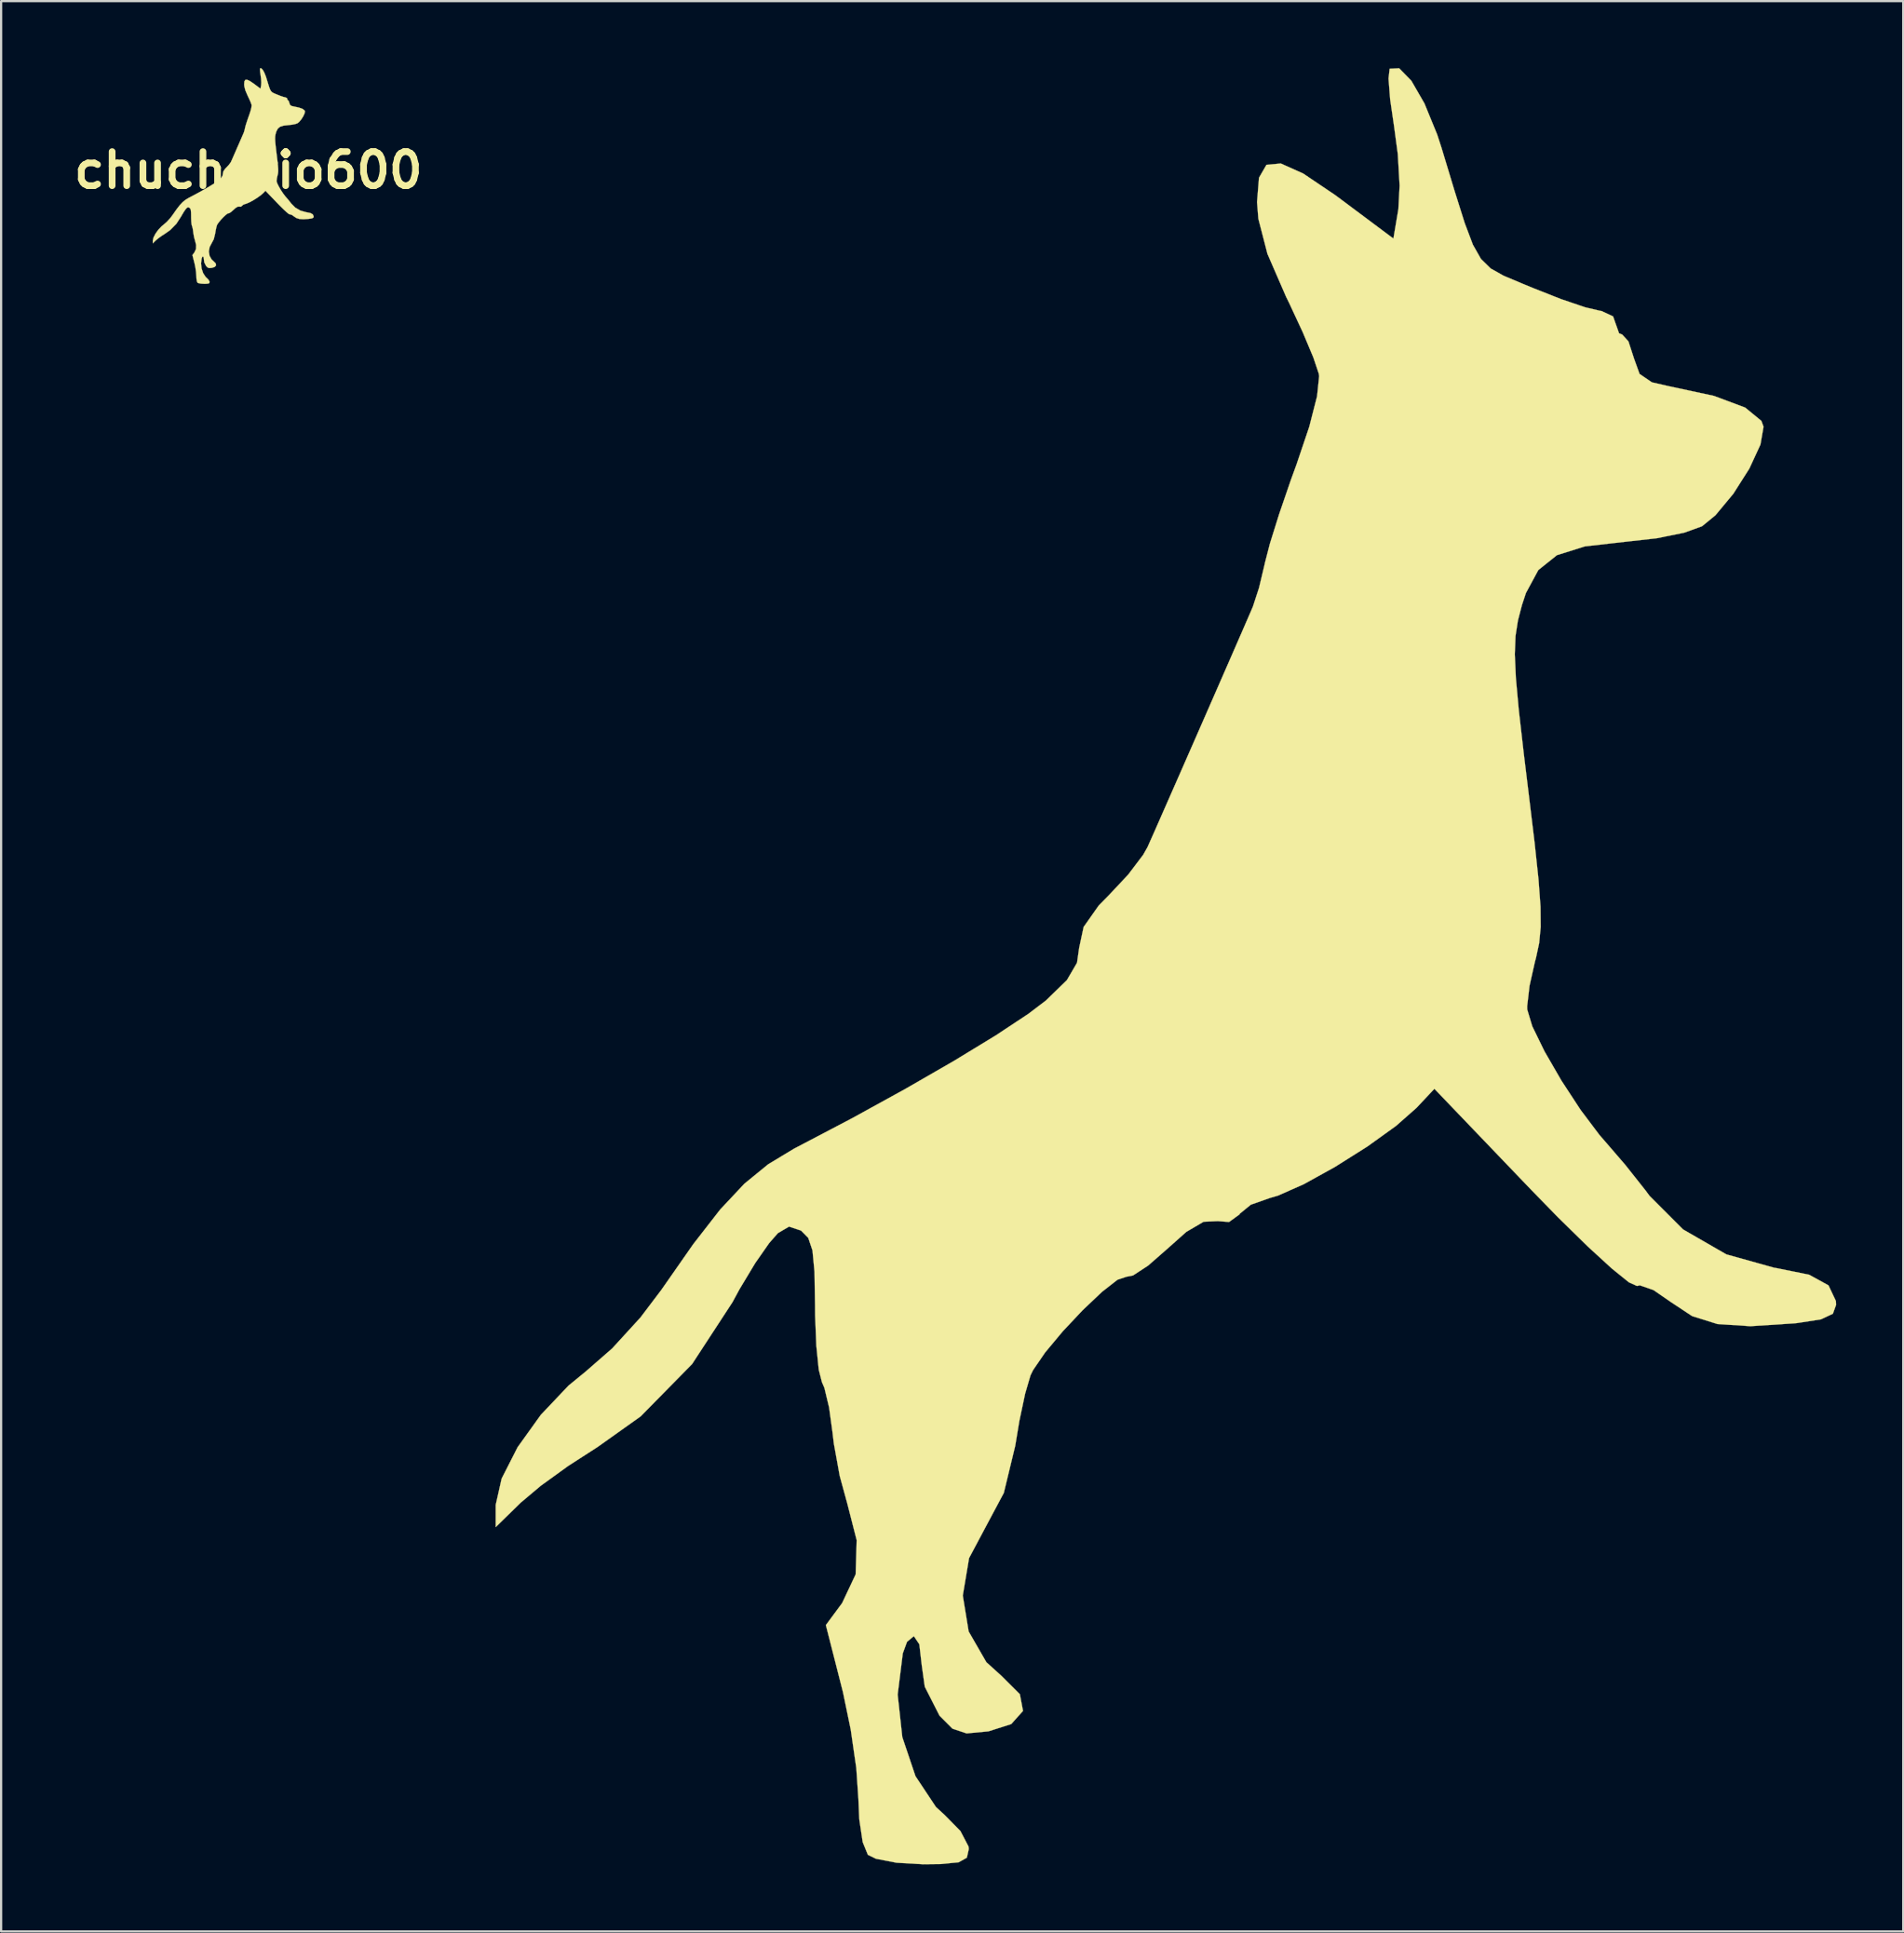
<source format=kicad_pcb>
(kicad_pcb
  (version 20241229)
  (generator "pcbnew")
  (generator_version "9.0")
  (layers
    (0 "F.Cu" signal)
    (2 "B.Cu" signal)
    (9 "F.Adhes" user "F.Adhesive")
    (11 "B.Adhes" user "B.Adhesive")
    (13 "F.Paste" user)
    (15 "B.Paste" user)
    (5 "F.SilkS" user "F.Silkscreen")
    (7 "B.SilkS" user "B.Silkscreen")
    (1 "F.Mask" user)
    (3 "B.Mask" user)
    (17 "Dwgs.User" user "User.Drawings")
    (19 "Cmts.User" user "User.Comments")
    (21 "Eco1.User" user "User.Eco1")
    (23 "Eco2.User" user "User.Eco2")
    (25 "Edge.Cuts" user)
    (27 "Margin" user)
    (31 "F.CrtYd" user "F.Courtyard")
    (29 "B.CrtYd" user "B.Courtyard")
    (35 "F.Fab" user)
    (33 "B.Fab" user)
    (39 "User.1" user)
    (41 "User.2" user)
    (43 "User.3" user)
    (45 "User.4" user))
  (footprint "chuchario"
    (layer "F.Cu")
    (at 54.761 38.025)
    (property "Reference" "chuchario" (at 0 0 0) (layer "F.SilkS") (effects (font (size 1.524 1.524) (thickness 0.3))))
    (attr through_hole)
    (fp_poly (pts (xy 5.335 -37.466) (xy 5.925 -36.444) (xy 6.493 -35.058) (xy 6.685 -34.47) (xy 7.28 -32.505) (xy 7.725 -31.096) (xy 8.091 -30.128) (xy 8.453 -29.489) (xy 8.885 -29.065) (xy 9.459 -28.742) (xy 10.251 -28.408) (xy 10.758 -28.198) (xy 12.033 -27.694) (xy 13.116 -27.326) (xy 13.795 -27.166) (xy 13.836 -27.164) (xy 14.364 -26.92) (xy 14.464 -26.635) (xy 14.631 -26.165) (xy 14.773 -26.106) (xy 15.051 -25.801) (xy 15.289 -25.069) (xy 15.289 -25.066) (xy 15.549 -24.344) (xy 16.102 -23.969) (xy 16.833 -23.802) (xy 18.878 -23.362) (xy 20.274 -22.84) (xy 20.999 -22.245) (xy 21.096 -21.983) (xy 20.958 -21.186) (xy 20.461 -20.111) (xy 19.743 -18.982) (xy 18.944 -18.022) (xy 18.344 -17.53) (xy 17.552 -17.244) (xy 16.32 -16.994) (xy 14.914 -16.836) (xy 14.908 -16.836) (xy 13.1 -16.629) (xy 11.85 -16.236) (xy 11.019 -15.57) (xy 10.465 -14.545) (xy 10.285 -14.001) (xy 10.106 -13.313) (xy 9.998 -12.62) (xy 9.966 -11.802) (xy 10.014 -10.737) (xy 10.145 -9.302) (xy 10.365 -7.377) (xy 10.577 -5.644) (xy 10.848 -3.403) (xy 11.026 -1.734) (xy 11.117 -0.508) (xy 11.125 0.401) (xy 11.056 1.121) (xy 10.914 1.78) (xy 10.87 1.94) (xy 10.626 3.027) (xy 10.519 3.939) (xy 10.521 4.088) (xy 10.748 4.84) (xy 11.296 5.964) (xy 12.054 7.274) (xy 12.911 8.583) (xy 13.756 9.706) (xy 14.05 10.044) (xy 14.915 11.048) (xy 15.816 12.186) (xy 15.996 12.428) (xy 17.497 13.931) (xy 19.432 15.046) (xy 21.578 15.646) (xy 21.66 15.657) (xy 23.139 15.958) (xy 24.003 16.433) (xy 24.333 17.132) (xy 24.342 17.304) (xy 24.198 17.703) (xy 23.665 17.953) (xy 22.59 18.12) (xy 22.49 18.13) (xy 20.508 18.26) (xy 19.035 18.163) (xy 17.901 17.808) (xy 16.96 17.186) (xy 16.172 16.643) (xy 15.563 16.431) (xy 15.432 16.46) (xy 15.071 16.296) (xy 14.31 15.681) (xy 13.226 14.688) (xy 11.897 13.385) (xy 10.709 12.167) (xy 6.369 7.638) (xy 5.566 8.493) (xy 4.65 9.3) (xy 3.367 10.222) (xy 1.922 11.133) (xy 0.523 11.907) (xy -0.626 12.416) (xy -0.994 12.523) (xy -1.846 12.824) (xy -2.338 13.226) (xy -2.354 13.26) (xy -2.819 13.597) (xy -3.323 13.558) (xy -3.959 13.587) (xy -4.731 14.04) (xy -5.593 14.807) (xy -6.44 15.548) (xy -7.115 15.989) (xy -7.414 16.048) (xy -7.808 16.179) (xy -8.504 16.723) (xy -9.366 17.54) (xy -10.259 18.489) (xy -11.045 19.431) (xy -11.589 20.225) (xy -11.704 20.461) (xy -11.943 21.277) (xy -12.202 22.501) (xy -12.387 23.613) (xy -12.897 25.719) (xy -13.613 27.06) (xy -14.452 28.636) (xy -14.733 30.311) (xy -14.47 31.918) (xy -13.678 33.292) (xy -13.008 33.899) (xy -12.179 34.725) (xy -12.038 35.472) (xy -12.565 36.06) (xy -13.582 36.385) (xy -14.562 36.478) (xy -15.194 36.266) (xy -15.774 35.685) (xy -16.434 34.386) (xy -16.568 33.426) (xy -16.676 32.492) (xy -16.922 32.127) (xy -17.227 32.379) (xy -17.417 32.897) (xy -17.647 34.742) (xy -17.439 36.645) (xy -16.849 38.393) (xy -15.933 39.772) (xy -15.542 40.13) (xy -14.839 40.845) (xy -14.477 41.537) (xy -14.464 41.653) (xy -14.551 42.039) (xy -14.921 42.245) (xy -15.735 42.324) (xy -16.51 42.333) (xy -17.697 42.264) (xy -18.618 42.086) (xy -18.979 41.91) (xy -19.21 41.345) (xy -19.363 40.325) (xy -19.403 39.411) (xy -19.497 38.025) (xy -19.745 36.313) (xy -20.095 34.626) (xy -20.131 34.484) (xy -20.859 31.632) (xy -20.131 30.647) (xy -19.525 29.361) (xy -19.48 27.832) (xy -19.898 26.202) (xy -20.239 24.957) (xy -20.502 23.508) (xy -20.56 23.02) (xy -20.715 21.892) (xy -20.924 21.021) (xy -21.035 20.762) (xy -21.177 20.204) (xy -21.285 19.141) (xy -21.34 17.773) (xy -21.343 17.329) (xy -21.367 15.824) (xy -21.458 14.869) (xy -21.647 14.31) (xy -21.961 13.991) (xy -21.984 13.977) (xy -22.506 13.803) (xy -23.004 14.095) (xy -23.395 14.541) (xy -24.018 15.433) (xy -24.724 16.607) (xy -25.038 17.187) (xy -26.844 19.952) (xy -29.145 22.293) (xy -31.067 23.66) (xy -32.384 24.509) (xy -33.618 25.401) (xy -34.502 26.145) (xy -34.506 26.148) (xy -35.631 27.248) (xy -35.631 26.253) (xy -35.365 25.076) (xy -34.65 23.672) (xy -33.611 22.224) (xy -32.372 20.916) (xy -31.613 20.295) (xy -30.419 19.253) (xy -29.157 17.873) (xy -28.222 16.638) (xy -26.787 14.582) (xy -25.583 13.034) (xy -24.503 11.883) (xy -23.441 11.016) (xy -22.292 10.322) (xy -22.164 10.255) (xy -19.698 8.961) (xy -17.315 7.65) (xy -15.129 6.39) (xy -13.255 5.248) (xy -11.807 4.291) (xy -11.015 3.69) (xy -10.074 2.775) (xy -9.621 1.999) (xy -9.525 1.329) (xy -9.325 0.397) (xy -8.649 -0.563) (xy -8.195 -1.024) (xy -7.335 -1.941) (xy -6.663 -2.828) (xy -6.467 -3.175) (xy -6.17 -3.842) (xy -5.66 -5.001) (xy -5.002 -6.497) (xy -4.264 -8.179) (xy -3.513 -9.894) (xy -2.815 -11.49) (xy -2.238 -12.813) (xy -1.848 -13.711) (xy -1.752 -13.935) (xy -1.478 -14.773) (xy -1.226 -15.832) (xy -1.218 -15.875) (xy -0.99 -16.756) (xy -0.579 -18.069) (xy -0.056 -19.592) (xy 0.201 -20.298) (xy 0.77 -21.982) (xy 1.119 -23.345) (xy 1.213 -24.243) (xy 1.197 -24.355) (xy 0.954 -25.079) (xy 0.48 -26.209) (xy -0.133 -27.526) (xy -0.268 -27.8) (xy -1.101 -29.717) (xy -1.507 -31.286) (xy -1.567 -32.034) (xy -1.479 -33.124) (xy -1.145 -33.7) (xy -0.505 -33.761) (xy 0.499 -33.311) (xy 1.925 -32.35) (xy 2.196 -32.149) (xy 4.535 -30.401) (xy 4.758 -31.721) (xy 4.813 -32.772) (xy 4.732 -34.179) (xy 4.567 -35.413) (xy 4.389 -36.633) (xy 4.317 -37.561) (xy 4.367 -37.998) (xy 4.368 -37.999) (xy 4.793 -38.02) (xy 5.335 -37.466)) (stroke (width 0.01) (type solid)) (fill yes) (layer "F.SilkS")))
  (footprint "chuchario600"
    (layer "F.Cu")
    (at 8.063 4.567)
    (property "Reference" "chuchario600" (at 0 0 0) (layer "F.SilkS") (effects (font (size 1.524 1.524) (thickness 0.3))))
    (attr through_hole)
    (fp_poly (pts (xy 0.64 -4.496) (xy 0.711 -4.373) (xy 0.779 -4.207) (xy 0.802 -4.136) (xy 0.874 -3.901) (xy 0.927 -3.731) (xy 0.971 -3.615) (xy 1.014 -3.539) (xy 1.066 -3.488) (xy 1.135 -3.449) (xy 1.23 -3.409) (xy 1.291 -3.384) (xy 1.444 -3.323) (xy 1.574 -3.279) (xy 1.655 -3.26) (xy 1.66 -3.26) (xy 1.724 -3.23) (xy 1.736 -3.196) (xy 1.756 -3.14) (xy 1.773 -3.133) (xy 1.806 -3.096) (xy 1.835 -3.008) (xy 1.835 -3.008) (xy 1.866 -2.921) (xy 1.932 -2.876) (xy 2.02 -2.856) (xy 2.265 -2.803) (xy 2.433 -2.741) (xy 2.52 -2.669) (xy 2.532 -2.638) (xy 2.515 -2.542) (xy 2.455 -2.413) (xy 2.369 -2.278) (xy 2.273 -2.163) (xy 2.201 -2.104) (xy 2.106 -2.069) (xy 1.958 -2.039) (xy 1.79 -2.02) (xy 1.789 -2.02) (xy 1.572 -1.995) (xy 1.422 -1.948) (xy 1.322 -1.868) (xy 1.256 -1.745) (xy 1.234 -1.68) (xy 1.213 -1.598) (xy 1.2 -1.514) (xy 1.196 -1.416) (xy 1.202 -1.288) (xy 1.217 -1.116) (xy 1.244 -0.885) (xy 1.269 -0.677) (xy 1.302 -0.408) (xy 1.323 -0.208) (xy 1.334 -0.061) (xy 1.335 0.048) (xy 1.327 0.135) (xy 1.31 0.214) (xy 1.304 0.233) (xy 1.275 0.363) (xy 1.262 0.473) (xy 1.262 0.491) (xy 1.29 0.581) (xy 1.356 0.716) (xy 1.446 0.873) (xy 1.549 1.03) (xy 1.651 1.165) (xy 1.686 1.205) (xy 1.79 1.326) (xy 1.898 1.462) (xy 1.92 1.491) (xy 2.1 1.672) (xy 2.332 1.806) (xy 2.589 1.878) (xy 2.599 1.879) (xy 2.777 1.915) (xy 2.88 1.972) (xy 2.92 2.056) (xy 2.921 2.076) (xy 2.904 2.124) (xy 2.84 2.154) (xy 2.711 2.174) (xy 2.699 2.176) (xy 2.461 2.191) (xy 2.284 2.18) (xy 2.148 2.137) (xy 2.035 2.062) (xy 1.941 1.997) (xy 1.868 1.972) (xy 1.852 1.975) (xy 1.808 1.955) (xy 1.717 1.882) (xy 1.587 1.763) (xy 1.428 1.606) (xy 1.285 1.46) (xy 0.764 0.917) (xy 0.668 1.019) (xy 0.558 1.116) (xy 0.404 1.227) (xy 0.231 1.336) (xy 0.063 1.429) (xy -0.075 1.49) (xy -0.119 1.503) (xy -0.221 1.539) (xy -0.281 1.587) (xy -0.282 1.591) (xy -0.338 1.632) (xy -0.399 1.627) (xy -0.475 1.63) (xy -0.568 1.685) (xy -0.671 1.777) (xy -0.773 1.866) (xy -0.854 1.919) (xy -0.89 1.926) (xy -0.937 1.941) (xy -1.02 2.007) (xy -1.124 2.105) (xy -1.231 2.219) (xy -1.325 2.332) (xy -1.391 2.427) (xy -1.405 2.455) (xy -1.433 2.553) (xy -1.464 2.7) (xy -1.486 2.834) (xy -1.548 3.086) (xy -1.634 3.247) (xy -1.734 3.436) (xy -1.768 3.637) (xy -1.736 3.83) (xy -1.641 3.995) (xy -1.561 4.068) (xy -1.462 4.167) (xy -1.445 4.257) (xy -1.508 4.327) (xy -1.63 4.366) (xy -1.747 4.377) (xy -1.823 4.352) (xy -1.893 4.282) (xy -1.972 4.126) (xy -1.988 4.011) (xy -2.001 3.899) (xy -2.031 3.855) (xy -2.067 3.885) (xy -2.09 3.948) (xy -2.118 4.169) (xy -2.093 4.397) (xy -2.022 4.607) (xy -1.912 4.773) (xy -1.865 4.816) (xy -1.781 4.901) (xy -1.737 4.984) (xy -1.736 4.998) (xy -1.746 5.045) (xy -1.791 5.069) (xy -1.888 5.079) (xy -1.981 5.08) (xy -2.124 5.072) (xy -2.234 5.05) (xy -2.278 5.029) (xy -2.305 4.961) (xy -2.324 4.839) (xy -2.328 4.729) (xy -2.34 4.563) (xy -2.369 4.358) (xy -2.411 4.155) (xy -2.416 4.138) (xy -2.503 3.796) (xy -2.416 3.678) (xy -2.343 3.523) (xy -2.338 3.34) (xy -2.388 3.144) (xy -2.429 2.995) (xy -2.46 2.821) (xy -2.467 2.762) (xy -2.486 2.627) (xy -2.511 2.523) (xy -2.524 2.491) (xy -2.541 2.425) (xy -2.554 2.297) (xy -2.561 2.133) (xy -2.561 2.079) (xy -2.564 1.899) (xy -2.575 1.784) (xy -2.598 1.717) (xy -2.635 1.679) (xy -2.638 1.677) (xy -2.701 1.656) (xy -2.76 1.691) (xy -2.807 1.745) (xy -2.882 1.852) (xy -2.967 1.993) (xy -3.005 2.062) (xy -3.221 2.394) (xy -3.497 2.675) (xy -3.728 2.839) (xy -3.886 2.941) (xy -4.034 3.048) (xy -4.14 3.137) (xy -4.141 3.138) (xy -4.276 3.27) (xy -4.276 3.15) (xy -4.244 3.009) (xy -4.158 2.841) (xy -4.033 2.667) (xy -3.885 2.51) (xy -3.794 2.435) (xy -3.65 2.31) (xy -3.499 2.145) (xy -3.387 1.997) (xy -3.214 1.75) (xy -3.07 1.564) (xy -2.94 1.426) (xy -2.813 1.322) (xy -2.675 1.239) (xy -2.66 1.231) (xy -2.364 1.075) (xy -2.078 0.918) (xy -1.816 0.767) (xy -1.591 0.63) (xy -1.417 0.515) (xy -1.322 0.443) (xy -1.209 0.333) (xy -1.155 0.24) (xy -1.143 0.16) (xy -1.119 0.048) (xy -1.038 -0.068) (xy -0.983 -0.123) (xy -0.88 -0.233) (xy -0.8 -0.339) (xy -0.776 -0.381) (xy -0.74 -0.461) (xy -0.679 -0.6) (xy -0.6 -0.78) (xy -0.512 -0.982) (xy -0.422 -1.187) (xy -0.338 -1.379) (xy -0.269 -1.538) (xy -0.222 -1.645) (xy -0.21 -1.672) (xy -0.177 -1.773) (xy -0.147 -1.9) (xy -0.146 -1.905) (xy -0.119 -2.011) (xy -0.069 -2.168) (xy -0.007 -2.351) (xy 0.024 -2.436) (xy 0.092 -2.638) (xy 0.134 -2.801) (xy 0.146 -2.909) (xy 0.144 -2.923) (xy 0.115 -3.009) (xy 0.058 -3.145) (xy -0.016 -3.303) (xy -0.032 -3.336) (xy -0.132 -3.566) (xy -0.181 -3.754) (xy -0.188 -3.844) (xy -0.178 -3.975) (xy -0.137 -4.044) (xy -0.061 -4.051) (xy 0.06 -3.997) (xy 0.231 -3.882) (xy 0.264 -3.858) (xy 0.544 -3.648) (xy 0.571 -3.807) (xy 0.578 -3.933) (xy 0.568 -4.102) (xy 0.548 -4.25) (xy 0.527 -4.396) (xy 0.518 -4.507) (xy 0.524 -4.56) (xy 0.524 -4.56) (xy 0.575 -4.562) (xy 0.64 -4.496)) (stroke (width 0.01) (type solid)) (fill yes) (layer "F.SilkS")))
  (gr_rect
    (start -3 -3)
    (end 82.108 83.364)
    (stroke (width 0.1) (type default))
    (fill no)
    (layer "Edge.Cuts")))
</source>
